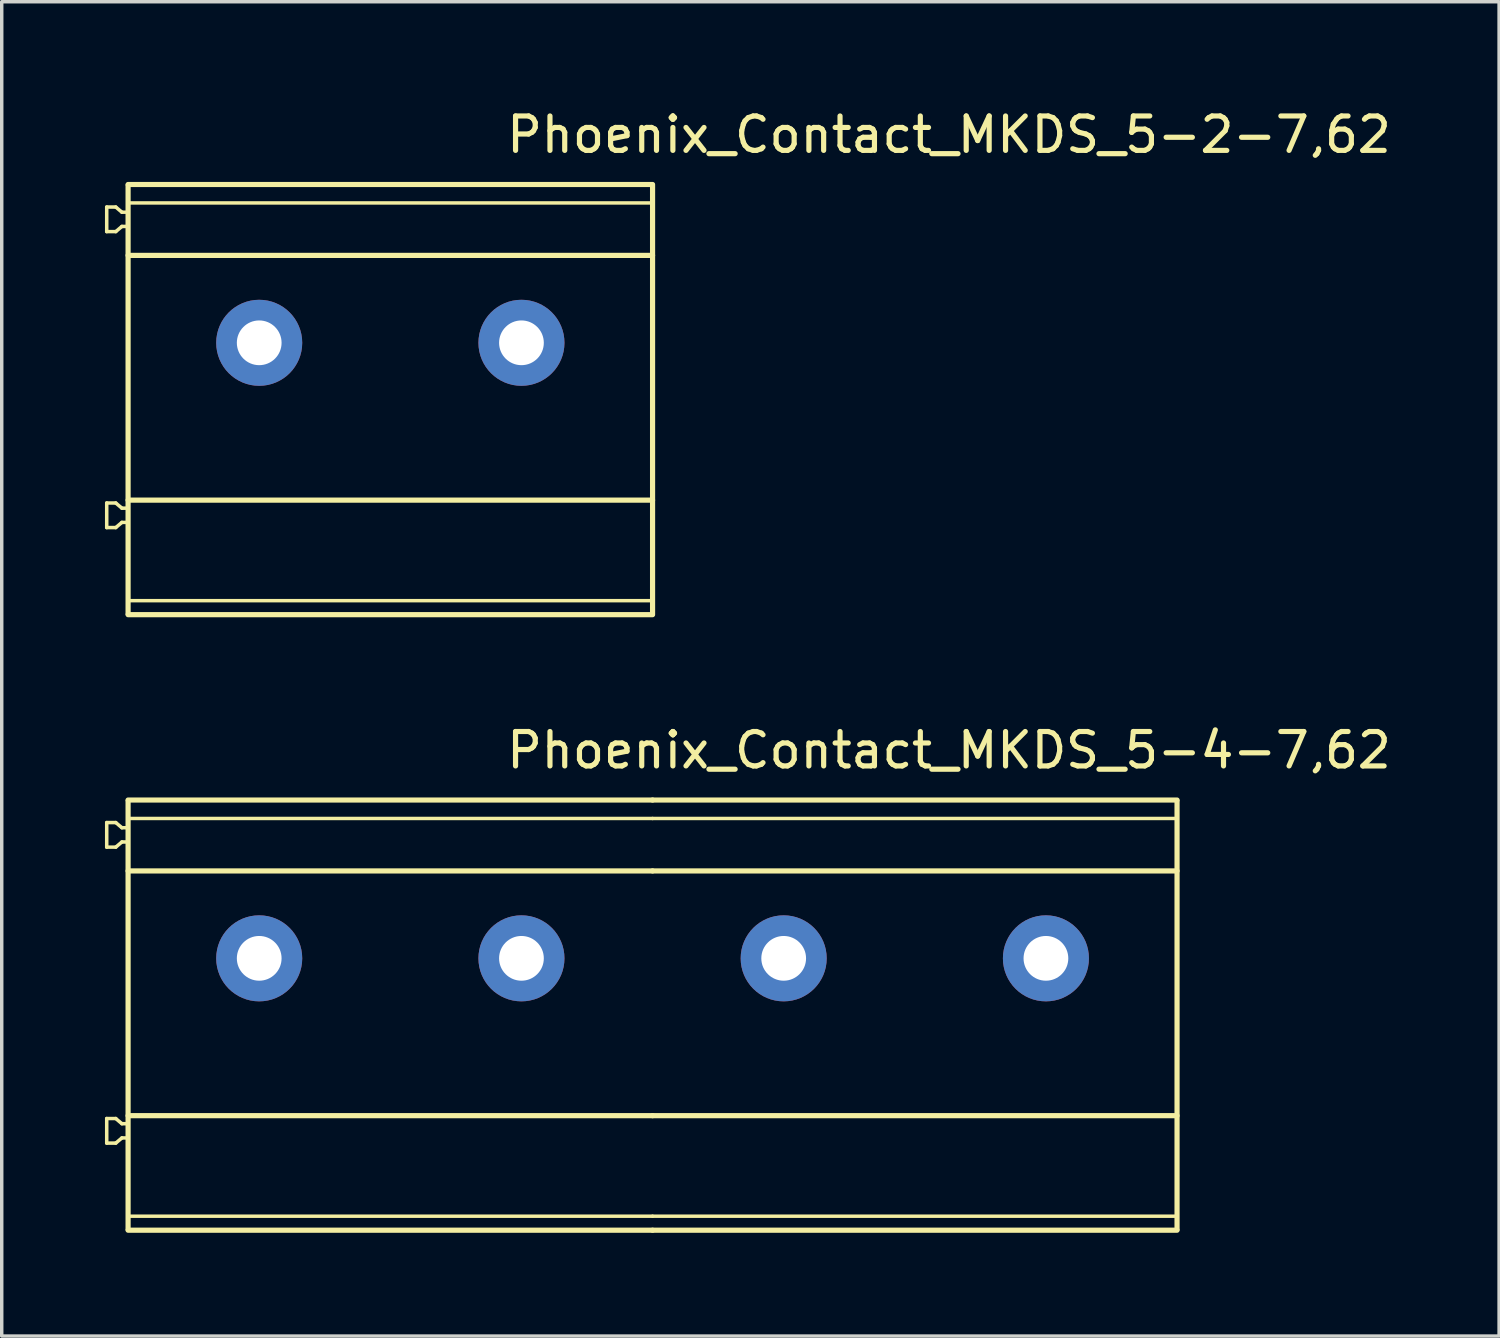
<source format=kicad_pcb>
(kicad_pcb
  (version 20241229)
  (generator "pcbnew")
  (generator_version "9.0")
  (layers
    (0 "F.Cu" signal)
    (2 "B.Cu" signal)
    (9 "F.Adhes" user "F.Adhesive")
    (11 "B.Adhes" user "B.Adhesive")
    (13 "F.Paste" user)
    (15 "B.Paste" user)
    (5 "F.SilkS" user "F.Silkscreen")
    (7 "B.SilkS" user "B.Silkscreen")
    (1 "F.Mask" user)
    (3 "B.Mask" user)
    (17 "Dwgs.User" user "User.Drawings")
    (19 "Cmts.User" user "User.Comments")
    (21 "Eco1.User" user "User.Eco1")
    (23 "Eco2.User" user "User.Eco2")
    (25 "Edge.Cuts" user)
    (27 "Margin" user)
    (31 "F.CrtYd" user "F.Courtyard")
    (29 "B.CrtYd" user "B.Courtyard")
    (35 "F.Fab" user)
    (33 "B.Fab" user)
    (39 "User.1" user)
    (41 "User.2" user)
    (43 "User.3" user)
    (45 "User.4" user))
  (footprint "Phoenix_Contact_MKDS_5-2-7,62"
    (layer "F.Cu")
    (at 4.482 6.911)
    (property "Reference" "Phoenix_Contact_MKDS_5-2-7,62" (at 7.112 -5.461 0) (layer "F.SilkS") (effects (font (size 1 1) (thickness 0.15)) (justify left bottom)))
    (attr through_hole)
    (fp_line (start -4.431 -3.945) (end -4.168 -3.945) (stroke (width 0.102) (type solid)) (layer "F.SilkS"))
    (fp_line (start -4.431 -3.231) (end -4.431 -3.945) (stroke (width 0.102) (type solid)) (layer "F.SilkS"))
    (fp_line (start -4.431 5.369) (end -4.431 4.655) (stroke (width 0.102) (type solid)) (layer "F.SilkS"))
    (fp_line (start -4.168 -3.231) (end -4.431 -3.231) (stroke (width 0.102) (type solid)) (layer "F.SilkS"))
    (fp_line (start -4.168 4.655) (end -4.431 4.655) (stroke (width 0.102) (type solid)) (layer "F.SilkS"))
    (fp_line (start -4.168 4.655) (end -3.99 4.805) (stroke (width 0.102) (type solid)) (layer "F.SilkS"))
    (fp_line (start -4.168 5.369) (end -4.431 5.369) (stroke (width 0.102) (type solid)) (layer "F.SilkS"))
    (fp_line (start -3.99 -3.795) (end -4.168 -3.945) (stroke (width 0.102) (type solid)) (layer "F.SilkS"))
    (fp_line (start -3.99 -3.795) (end -3.861 -3.795) (stroke (width 0.102) (type solid)) (layer "F.SilkS"))
    (fp_line (start -3.99 -3.381) (end -4.168 -3.231) (stroke (width 0.102) (type solid)) (layer "F.SilkS"))
    (fp_line (start -3.99 4.805) (end -3.861 4.805) (stroke (width 0.102) (type solid)) (layer "F.SilkS"))
    (fp_line (start -3.99 5.219) (end -4.168 5.369) (stroke (width 0.102) (type solid)) (layer "F.SilkS"))
    (fp_line (start -3.861 -3.381) (end -3.99 -3.381) (stroke (width 0.102) (type solid)) (layer "F.SilkS"))
    (fp_line (start -3.861 5.219) (end -3.99 5.219) (stroke (width 0.102) (type solid)) (layer "F.SilkS"))
    (fp_line (start -3.81 -4.6) (end 11.43 -4.6) (stroke (width 0.15) (type solid)) (layer "F.SilkS"))
    (fp_line (start -3.81 -2.54) (end 11.43 -2.54) (stroke (width 0.15) (type solid)) (layer "F.SilkS"))
    (fp_line (start -3.81 4.572) (end 11.43 4.572) (stroke (width 0.15) (type solid)) (layer "F.SilkS"))
    (fp_line (start -3.81 7.493) (end 11.43 7.493) (stroke (width 0.1) (type solid)) (layer "F.SilkS"))
    (fp_line (start -3.81 7.874) (end -3.81 -4.572) (stroke (width 0.15) (type solid)) (layer "F.SilkS"))
    (fp_line (start 11.43 -4.064) (end -3.81 -4.064) (stroke (width 0.1) (type solid)) (layer "F.SilkS"))
    (fp_line (start 11.43 7.874) (end 11.43 -4.572) (stroke (width 0.15) (type solid)) (layer "F.SilkS"))
    (fp_line (start 11.43 7.9) (end -3.81 7.9) (stroke (width 0.15) (type solid)) (layer "F.SilkS"))
    (pad "1" thru_hole circle (at 0 0) (size 2.5 2.5) (drill 1.3) (layers "*.Cu" "*.Mask"))
    (pad "2" thru_hole circle (at 7.62 0) (size 2.5 2.5) (drill 1.3) (layers "*.Cu" "*.Mask")))
  (footprint "Phoenix_Contact_MKDS_5-4-7,62"
    (layer "F.Cu")
    (at 4.482 24.797)
    (property "Reference" "Phoenix_Contact_MKDS_5-4-7,62" (at 7.112 -5.461 0) (layer "F.SilkS") (effects (font (size 1 1) (thickness 0.15)) (justify left bottom)))
    (attr through_hole)
    (fp_line (start -4.431 -3.945) (end -4.168 -3.945) (stroke (width 0.102) (type solid)) (layer "F.SilkS"))
    (fp_line (start -4.431 -3.231) (end -4.431 -3.945) (stroke (width 0.102) (type solid)) (layer "F.SilkS"))
    (fp_line (start -4.431 5.369) (end -4.431 4.655) (stroke (width 0.102) (type solid)) (layer "F.SilkS"))
    (fp_line (start -4.168 -3.231) (end -4.431 -3.231) (stroke (width 0.102) (type solid)) (layer "F.SilkS"))
    (fp_line (start -4.168 4.655) (end -4.431 4.655) (stroke (width 0.102) (type solid)) (layer "F.SilkS"))
    (fp_line (start -4.168 4.655) (end -3.99 4.805) (stroke (width 0.102) (type solid)) (layer "F.SilkS"))
    (fp_line (start -4.168 5.369) (end -4.431 5.369) (stroke (width 0.102) (type solid)) (layer "F.SilkS"))
    (fp_line (start -3.99 -3.795) (end -4.168 -3.945) (stroke (width 0.102) (type solid)) (layer "F.SilkS"))
    (fp_line (start -3.99 -3.795) (end -3.861 -3.795) (stroke (width 0.102) (type solid)) (layer "F.SilkS"))
    (fp_line (start -3.99 -3.381) (end -4.168 -3.231) (stroke (width 0.102) (type solid)) (layer "F.SilkS"))
    (fp_line (start -3.99 4.805) (end -3.861 4.805) (stroke (width 0.102) (type solid)) (layer "F.SilkS"))
    (fp_line (start -3.99 5.219) (end -4.168 5.369) (stroke (width 0.102) (type solid)) (layer "F.SilkS"))
    (fp_line (start -3.861 -3.381) (end -3.99 -3.381) (stroke (width 0.102) (type solid)) (layer "F.SilkS"))
    (fp_line (start -3.861 5.219) (end -3.99 5.219) (stroke (width 0.102) (type solid)) (layer "F.SilkS"))
    (fp_line (start -3.81 -4.6) (end 11.43 -4.6) (stroke (width 0.15) (type solid)) (layer "F.SilkS"))
    (fp_line (start -3.81 -2.54) (end 11.43 -2.54) (stroke (width 0.15) (type solid)) (layer "F.SilkS"))
    (fp_line (start -3.81 4.572) (end 11.43 4.572) (stroke (width 0.15) (type solid)) (layer "F.SilkS"))
    (fp_line (start -3.81 7.493) (end 11.43 7.493) (stroke (width 0.1) (type solid)) (layer "F.SilkS"))
    (fp_line (start -3.81 7.874) (end -3.81 -4.572) (stroke (width 0.15) (type solid)) (layer "F.SilkS"))
    (fp_line (start 11.43 -4.6) (end 26.67 -4.6) (stroke (width 0.15) (type solid)) (layer "F.SilkS"))
    (fp_line (start 11.43 -4.064) (end -3.81 -4.064) (stroke (width 0.1) (type solid)) (layer "F.SilkS"))
    (fp_line (start 11.43 -2.54) (end 26.67 -2.54) (stroke (width 0.15) (type solid)) (layer "F.SilkS"))
    (fp_line (start 11.43 4.572) (end 26.67 4.572) (stroke (width 0.15) (type solid)) (layer "F.SilkS"))
    (fp_line (start 11.43 7.493) (end 26.67 7.493) (stroke (width 0.1) (type solid)) (layer "F.SilkS"))
    (fp_line (start 11.43 7.9) (end -3.81 7.9) (stroke (width 0.15) (type solid)) (layer "F.SilkS"))
    (fp_line (start 26.67 -4.064) (end 11.43 -4.064) (stroke (width 0.1) (type solid)) (layer "F.SilkS"))
    (fp_line (start 26.67 7.874) (end 26.67 -4.572) (stroke (width 0.15) (type solid)) (layer "F.SilkS"))
    (fp_line (start 26.67 7.9) (end 11.43 7.9) (stroke (width 0.15) (type solid)) (layer "F.SilkS"))
    (pad "1" thru_hole circle (at 0 0) (size 2.5 2.5) (drill 1.3) (layers "*.Cu" "*.Mask"))
    (pad "2" thru_hole circle (at 7.62 0) (size 2.5 2.5) (drill 1.3) (layers "*.Cu" "*.Mask"))
    (pad "3" thru_hole circle (at 15.24 0) (size 2.5 2.5) (drill 1.3) (layers "*.Cu" "*.Mask"))
    (pad "4" thru_hole circle (at 22.86 0) (size 2.5 2.5) (drill 1.3) (layers "*.Cu" "*.Mask")))
  (gr_rect
    (start -3 -3)
    (end 40.51 35.772)
    (stroke (width 0.1) (type default))
    (fill no)
    (layer "Edge.Cuts")))
</source>
